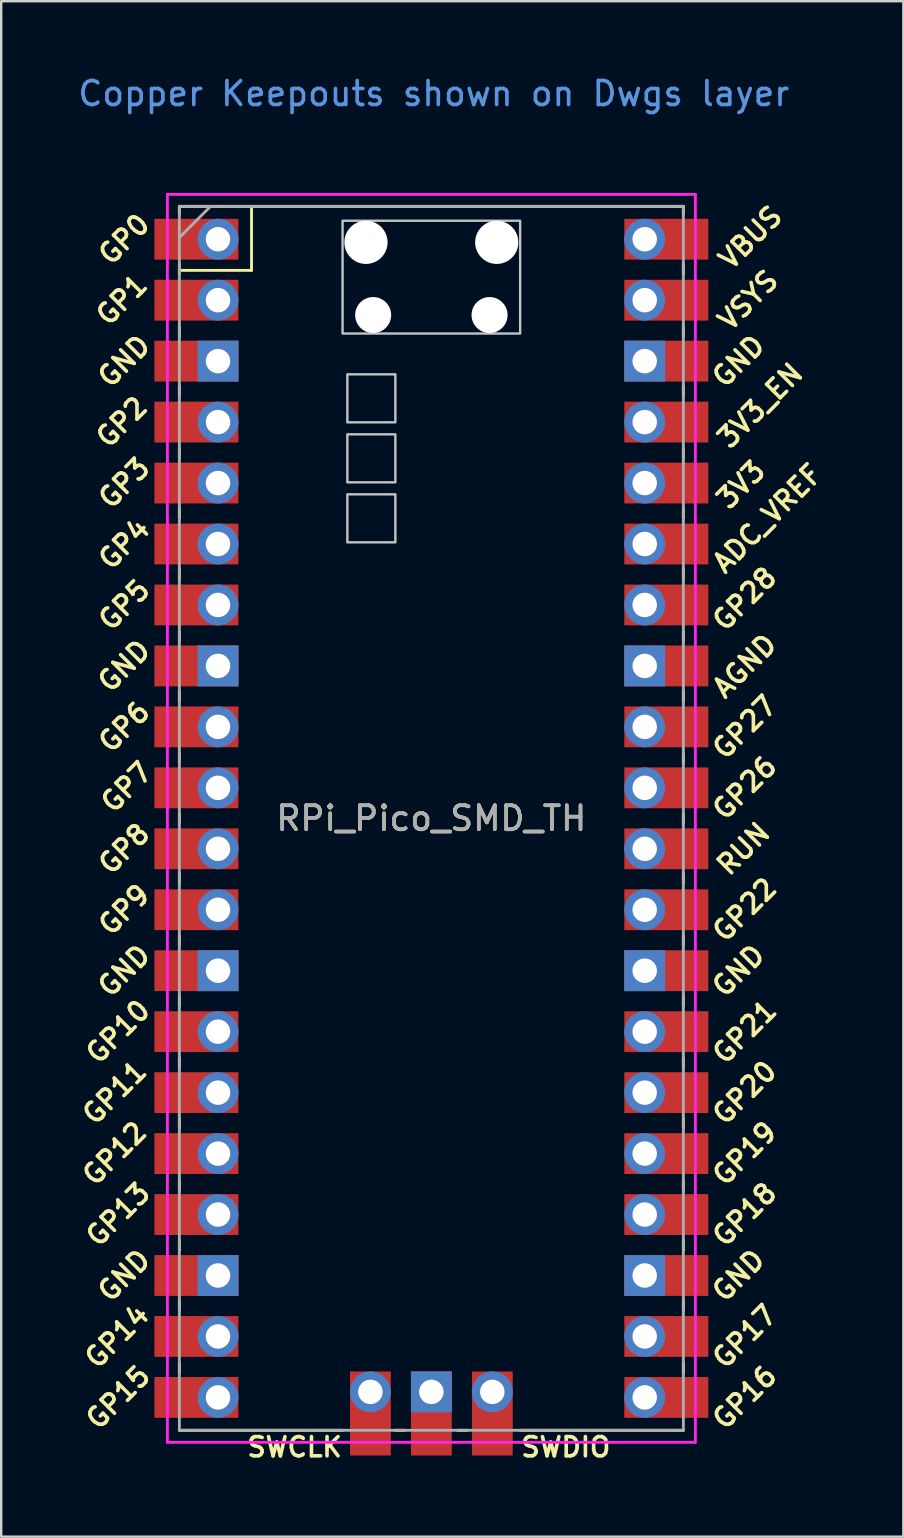
<source format=kicad_pcb>
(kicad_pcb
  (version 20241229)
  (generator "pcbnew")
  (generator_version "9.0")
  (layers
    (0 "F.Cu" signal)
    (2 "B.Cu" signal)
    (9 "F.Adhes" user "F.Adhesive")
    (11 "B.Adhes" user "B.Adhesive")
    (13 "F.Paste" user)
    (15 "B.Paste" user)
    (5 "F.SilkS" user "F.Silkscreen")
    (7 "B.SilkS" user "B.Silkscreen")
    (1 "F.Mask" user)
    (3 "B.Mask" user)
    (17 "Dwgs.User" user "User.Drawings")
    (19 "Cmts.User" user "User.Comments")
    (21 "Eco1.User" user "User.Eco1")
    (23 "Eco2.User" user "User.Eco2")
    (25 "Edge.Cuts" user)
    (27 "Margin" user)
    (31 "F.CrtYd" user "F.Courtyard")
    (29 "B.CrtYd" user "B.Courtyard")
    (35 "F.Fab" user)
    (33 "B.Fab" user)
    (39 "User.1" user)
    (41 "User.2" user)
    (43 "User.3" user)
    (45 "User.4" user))
  (footprint "RPi_Pico_SMD_TH"
    (layer "F.Cu")
    (at 14.924 31.048)
    (property "Reference" "RPi_Pico_SMD_TH" (at 0 0 0) (layer "F.SilkS") (effects (font (size 1 1) (thickness 0.15))))
    (attr through_hole)
    (fp_line (start -10.5 -25.5) (end -10.5 -25.2) (stroke (width 0.12) (type solid)) (layer "F.SilkS"))
    (fp_line (start -10.5 -25.5) (end 10.5 -25.5) (stroke (width 0.12) (type solid)) (layer "F.SilkS"))
    (fp_line (start -10.5 -23.1) (end -10.5 -22.7) (stroke (width 0.12) (type solid)) (layer "F.SilkS"))
    (fp_line (start -10.5 -22.833) (end -7.493 -22.833) (stroke (width 0.12) (type solid)) (layer "F.SilkS"))
    (fp_line (start -10.5 -20.5) (end -10.5 -20.1) (stroke (width 0.12) (type solid)) (layer "F.SilkS"))
    (fp_line (start -10.5 -18) (end -10.5 -17.6) (stroke (width 0.12) (type solid)) (layer "F.SilkS"))
    (fp_line (start -10.5 -15.4) (end -10.5 -15) (stroke (width 0.12) (type solid)) (layer "F.SilkS"))
    (fp_line (start -10.5 -12.9) (end -10.5 -12.5) (stroke (width 0.12) (type solid)) (layer "F.SilkS"))
    (fp_line (start -10.5 -10.4) (end -10.5 -10) (stroke (width 0.12) (type solid)) (layer "F.SilkS"))
    (fp_line (start -10.5 -7.8) (end -10.5 -7.4) (stroke (width 0.12) (type solid)) (layer "F.SilkS"))
    (fp_line (start -10.5 -5.3) (end -10.5 -4.9) (stroke (width 0.12) (type solid)) (layer "F.SilkS"))
    (fp_line (start -10.5 -2.7) (end -10.5 -2.3) (stroke (width 0.12) (type solid)) (layer "F.SilkS"))
    (fp_line (start -10.5 -0.2) (end -10.5 0.2) (stroke (width 0.12) (type solid)) (layer "F.SilkS"))
    (fp_line (start -10.5 2.3) (end -10.5 2.7) (stroke (width 0.12) (type solid)) (layer "F.SilkS"))
    (fp_line (start -10.5 4.9) (end -10.5 5.3) (stroke (width 0.12) (type solid)) (layer "F.SilkS"))
    (fp_line (start -10.5 7.4) (end -10.5 7.8) (stroke (width 0.12) (type solid)) (layer "F.SilkS"))
    (fp_line (start -10.5 10) (end -10.5 10.4) (stroke (width 0.12) (type solid)) (layer "F.SilkS"))
    (fp_line (start -10.5 12.5) (end -10.5 12.9) (stroke (width 0.12) (type solid)) (layer "F.SilkS"))
    (fp_line (start -10.5 15.1) (end -10.5 15.5) (stroke (width 0.12) (type solid)) (layer "F.SilkS"))
    (fp_line (start -10.5 17.6) (end -10.5 18) (stroke (width 0.12) (type solid)) (layer "F.SilkS"))
    (fp_line (start -10.5 20.1) (end -10.5 20.5) (stroke (width 0.12) (type solid)) (layer "F.SilkS"))
    (fp_line (start -10.5 22.7) (end -10.5 23.1) (stroke (width 0.12) (type solid)) (layer "F.SilkS"))
    (fp_line (start -7.493 -22.833) (end -7.493 -25.5) (stroke (width 0.12) (type solid)) (layer "F.SilkS"))
    (fp_line (start -3.7 25.5) (end -10.5 25.5) (stroke (width 0.12) (type solid)) (layer "F.SilkS"))
    (fp_line (start -1.5 25.5) (end -1.1 25.5) (stroke (width 0.12) (type solid)) (layer "F.SilkS"))
    (fp_line (start 1.1 25.5) (end 1.5 25.5) (stroke (width 0.12) (type solid)) (layer "F.SilkS"))
    (fp_line (start 10.5 -25.5) (end 10.5 -25.2) (stroke (width 0.12) (type solid)) (layer "F.SilkS"))
    (fp_line (start 10.5 -23.1) (end 10.5 -22.7) (stroke (width 0.12) (type solid)) (layer "F.SilkS"))
    (fp_line (start 10.5 -20.5) (end 10.5 -20.1) (stroke (width 0.12) (type solid)) (layer "F.SilkS"))
    (fp_line (start 10.5 -18) (end 10.5 -17.6) (stroke (width 0.12) (type solid)) (layer "F.SilkS"))
    (fp_line (start 10.5 -15.4) (end 10.5 -15) (stroke (width 0.12) (type solid)) (layer "F.SilkS"))
    (fp_line (start 10.5 -12.9) (end 10.5 -12.5) (stroke (width 0.12) (type solid)) (layer "F.SilkS"))
    (fp_line (start 10.5 -10.4) (end 10.5 -10) (stroke (width 0.12) (type solid)) (layer "F.SilkS"))
    (fp_line (start 10.5 -7.8) (end 10.5 -7.4) (stroke (width 0.12) (type solid)) (layer "F.SilkS"))
    (fp_line (start 10.5 -5.3) (end 10.5 -4.9) (stroke (width 0.12) (type solid)) (layer "F.SilkS"))
    (fp_line (start 10.5 -2.7) (end 10.5 -2.3) (stroke (width 0.12) (type solid)) (layer "F.SilkS"))
    (fp_line (start 10.5 -0.2) (end 10.5 0.2) (stroke (width 0.12) (type solid)) (layer "F.SilkS"))
    (fp_line (start 10.5 2.3) (end 10.5 2.7) (stroke (width 0.12) (type solid)) (layer "F.SilkS"))
    (fp_line (start 10.5 4.9) (end 10.5 5.3) (stroke (width 0.12) (type solid)) (layer "F.SilkS"))
    (fp_line (start 10.5 7.4) (end 10.5 7.8) (stroke (width 0.12) (type solid)) (layer "F.SilkS"))
    (fp_line (start 10.5 10) (end 10.5 10.4) (stroke (width 0.12) (type solid)) (layer "F.SilkS"))
    (fp_line (start 10.5 12.5) (end 10.5 12.9) (stroke (width 0.12) (type solid)) (layer "F.SilkS"))
    (fp_line (start 10.5 15.1) (end 10.5 15.5) (stroke (width 0.12) (type solid)) (layer "F.SilkS"))
    (fp_line (start 10.5 17.6) (end 10.5 18) (stroke (width 0.12) (type solid)) (layer "F.SilkS"))
    (fp_line (start 10.5 20.1) (end 10.5 20.5) (stroke (width 0.12) (type solid)) (layer "F.SilkS"))
    (fp_line (start 10.5 22.7) (end 10.5 23.1) (stroke (width 0.12) (type solid)) (layer "F.SilkS"))
    (fp_line (start 10.5 25.5) (end 3.7 25.5) (stroke (width 0.12) (type solid)) (layer "F.SilkS"))
    (fp_poly (pts (xy -1.5 -16.5) (xy -3.5 -16.5) (xy -3.5 -18.5) (xy -1.5 -18.5)) (stroke (width 0.1) (type solid)) (fill no) (layer "Dwgs.User"))
    (fp_poly (pts (xy -1.5 -14) (xy -3.5 -14) (xy -3.5 -16) (xy -1.5 -16)) (stroke (width 0.1) (type solid)) (fill no) (layer "Dwgs.User"))
    (fp_poly (pts (xy -1.5 -11.5) (xy -3.5 -11.5) (xy -3.5 -13.5) (xy -1.5 -13.5)) (stroke (width 0.1) (type solid)) (fill no) (layer "Dwgs.User"))
    (fp_poly (pts (xy 3.7 -20.2) (xy -3.7 -20.2) (xy -3.7 -24.9) (xy 3.7 -24.9)) (stroke (width 0.1) (type solid)) (fill no) (layer "Dwgs.User"))
    (fp_line (start -11 -26) (end 11 -26) (stroke (width 0.12) (type solid)) (layer "F.CrtYd"))
    (fp_line (start -11 26) (end -11 -26) (stroke (width 0.12) (type solid)) (layer "F.CrtYd"))
    (fp_line (start 11 -26) (end 11 26) (stroke (width 0.12) (type solid)) (layer "F.CrtYd"))
    (fp_line (start 11 26) (end -11 26) (stroke (width 0.12) (type solid)) (layer "F.CrtYd"))
    (fp_line (start -10.5 -25.5) (end 10.5 -25.5) (stroke (width 0.12) (type solid)) (layer "F.Fab"))
    (fp_line (start -10.5 -24.2) (end -9.2 -25.5) (stroke (width 0.12) (type solid)) (layer "F.Fab"))
    (fp_line (start -10.5 25.5) (end -10.5 -25.5) (stroke (width 0.12) (type solid)) (layer "F.Fab"))
    (fp_line (start 10.5 -25.5) (end 10.5 25.5) (stroke (width 0.12) (type solid)) (layer "F.Fab"))
    (fp_line (start 10.5 25.5) (end -10.5 25.5) (stroke (width 0.12) (type solid)) (layer "F.Fab"))
    (fp_text user "GP21" (at 13.054 8.9 45) (layer "F.SilkS") (effects (font (size 0.8 0.8) (thickness 0.15))))
    (fp_text user "GND" (at -12.8 -6.35 45) (layer "F.SilkS") (effects (font (size 0.8 0.8) (thickness 0.15))))
    (fp_text user "GP26" (at 13.054 -1.27 45) (layer "F.SilkS") (effects (font (size 0.8 0.8) (thickness 0.15))))
    (fp_text user "GP9" (at -12.8 3.81 45) (layer "F.SilkS") (effects (font (size 0.8 0.8) (thickness 0.15))))
    (fp_text user "GP28" (at 13.054 -9.144 45) (layer "F.SilkS") (effects (font (size 0.8 0.8) (thickness 0.15))))
    (fp_text user "GP20" (at 13.054 11.43 45) (layer "F.SilkS") (effects (font (size 0.8 0.8) (thickness 0.15))))
    (fp_text user "SWCLK" (at -5.7 26.2 0) (layer "F.SilkS") (effects (font (size 0.8 0.8) (thickness 0.15))))
    (fp_text user "ADC_VREF" (at 14 -12.5 45) (layer "F.SilkS") (effects (font (size 0.8 0.8) (thickness 0.15))))
    (fp_text user "GP3" (at -12.8 -13.97 45) (layer "F.SilkS") (effects (font (size 0.8 0.8) (thickness 0.15))))
    (fp_text user "GP4" (at -12.8 -11.43 45) (layer "F.SilkS") (effects (font (size 0.8 0.8) (thickness 0.15))))
    (fp_text user "GP6" (at -12.8 -3.81 45) (layer "F.SilkS") (effects (font (size 0.8 0.8) (thickness 0.15))))
    (fp_text user "GP0" (at -12.8 -24.13 45) (layer "F.SilkS") (effects (font (size 0.8 0.8) (thickness 0.15))))
    (fp_text user "SWDIO" (at 5.6 26.2 0) (layer "F.SilkS") (effects (font (size 0.8 0.8) (thickness 0.15))))
    (fp_text user "GP19" (at 13.054 13.97 45) (layer "F.SilkS") (effects (font (size 0.8 0.8) (thickness 0.15))))
    (fp_text user "GP2" (at -12.9 -16.51 45) (layer "F.SilkS") (effects (font (size 0.8 0.8) (thickness 0.15))))
    (fp_text user "GP7" (at -12.7 -1.3 45) (layer "F.SilkS") (effects (font (size 0.8 0.8) (thickness 0.15))))
    (fp_text user "GP18" (at 13.054 16.51 45) (layer "F.SilkS") (effects (font (size 0.8 0.8) (thickness 0.15))))
    (fp_text user "GND" (at -12.8 6.35 45) (layer "F.SilkS") (effects (font (size 0.8 0.8) (thickness 0.15))))
    (fp_text user "GND" (at -12.8 -19.05 45) (layer "F.SilkS") (effects (font (size 0.8 0.8) (thickness 0.15))))
    (fp_text user "GND" (at 12.8 6.35 45) (layer "F.SilkS") (effects (font (size 0.8 0.8) (thickness 0.15))))
    (fp_text user "GP10" (at -13.054 8.89 45) (layer "F.SilkS") (effects (font (size 0.8 0.8) (thickness 0.15))))
    (fp_text user "3V3_EN" (at 13.7 -17.2 45) (layer "F.SilkS") (effects (font (size 0.8 0.8) (thickness 0.15))))
    (fp_text user "GP13" (at -13.054 16.51 45) (layer "F.SilkS") (effects (font (size 0.8 0.8) (thickness 0.15))))
    (fp_text user "GP22" (at 13.054 3.81 45) (layer "F.SilkS") (effects (font (size 0.8 0.8) (thickness 0.15))))
    (fp_text user "AGND" (at 13.054 -6.35 45) (layer "F.SilkS") (effects (font (size 0.8 0.8) (thickness 0.15))))
    (fp_text user "GP1" (at -12.9 -21.6 45) (layer "F.SilkS") (effects (font (size 0.8 0.8) (thickness 0.15))))
    (fp_text user "VBUS" (at 13.3 -24.2 45) (layer "F.SilkS") (effects (font (size 0.8 0.8) (thickness 0.15))))
    (fp_text user "VSYS" (at 13.2 -21.59 45) (layer "F.SilkS") (effects (font (size 0.8 0.8) (thickness 0.15))))
    (fp_text user "GP17" (at 13.054 21.59 45) (layer "F.SilkS") (effects (font (size 0.8 0.8) (thickness 0.15))))
    (fp_text user "GP8" (at -12.8 1.27 45) (layer "F.SilkS") (effects (font (size 0.8 0.8) (thickness 0.15))))
    (fp_text user "GP15" (at -13.054 24.13 45) (layer "F.SilkS") (effects (font (size 0.8 0.8) (thickness 0.15))))
    (fp_text user "GP16" (at 13.054 24.13 45) (layer "F.SilkS") (effects (font (size 0.8 0.8) (thickness 0.15))))
    (fp_text user "GP12" (at -13.2 13.97 45) (layer "F.SilkS") (effects (font (size 0.8 0.8) (thickness 0.15))))
    (fp_text user "GP5" (at -12.8 -8.89 45) (layer "F.SilkS") (effects (font (size 0.8 0.8) (thickness 0.15))))
    (fp_text user "3V3" (at 12.9 -13.9 45) (layer "F.SilkS") (effects (font (size 0.8 0.8) (thickness 0.15))))
    (fp_text user "GND" (at 12.8 -19.05 45) (layer "F.SilkS") (effects (font (size 0.8 0.8) (thickness 0.15))))
    (fp_text user "GND" (at 12.8 19.05 45) (layer "F.SilkS") (effects (font (size 0.8 0.8) (thickness 0.15))))
    (fp_text user "GP14" (at -13.1 21.59 45) (layer "F.SilkS") (effects (font (size 0.8 0.8) (thickness 0.15))))
    (fp_text user "GP11" (at -13.2 11.43 45) (layer "F.SilkS") (effects (font (size 0.8 0.8) (thickness 0.15))))
    (fp_text user "RUN" (at 13 1.27 45) (layer "F.SilkS") (effects (font (size 0.8 0.8) (thickness 0.15))))
    (fp_text user "GP27" (at 13.054 -3.8 45) (layer "F.SilkS") (effects (font (size 0.8 0.8) (thickness 0.15))))
    (fp_text user "GND" (at -12.8 19.05 45) (layer "F.SilkS") (effects (font (size 0.8 0.8) (thickness 0.15))))
    (fp_text user "Copper Keepouts shown on Dwgs layer" (at 0.1 -30.2 0) (layer "Cmts.User") (effects (font (size 1 1) (thickness 0.15))))
    (fp_text user "${REFERENCE}" (at 0 0 180) (layer "F.Fab") (effects (font (size 1 1) (thickness 0.15))))
    (pad "" np_thru_hole oval (at -2.725 -24) (size 1.8 1.8) (drill 1.8) (layers "*.Cu" "*.Mask"))
    (pad "" np_thru_hole oval (at -2.425 -20.97) (size 1.5 1.5) (drill 1.5) (layers "*.Cu" "*.Mask"))
    (pad "" np_thru_hole oval (at 2.425 -20.97) (size 1.5 1.5) (drill 1.5) (layers "*.Cu" "*.Mask"))
    (pad "" np_thru_hole oval (at 2.725 -24) (size 1.8 1.8) (drill 1.8) (layers "*.Cu" "*.Mask"))
    (pad "1" thru_hole oval (at -8.89 -24.13) (size 1.7 1.7) (drill 1.02) (layers "*.Cu" "*.Mask"))
    (pad "1" smd rect (at -8.89 -24.13) (size 3.5 1.7) (drill (offset -0.9 0)) (layers "F.Cu" "F.Mask"))
    (pad "2" thru_hole oval (at -8.89 -21.59) (size 1.7 1.7) (drill 1.02) (layers "*.Cu" "*.Mask"))
    (pad "2" smd rect (at -8.89 -21.59) (size 3.5 1.7) (drill (offset -0.9 0)) (layers "F.Cu" "F.Mask"))
    (pad "3" thru_hole rect (at -8.89 -19.05) (size 1.7 1.7) (drill 1.02) (layers "*.Cu" "*.Mask"))
    (pad "3" smd rect (at -8.89 -19.05) (size 3.5 1.7) (drill (offset -0.9 0)) (layers "F.Cu" "F.Mask"))
    (pad "4" thru_hole oval (at -8.89 -16.51) (size 1.7 1.7) (drill 1.02) (layers "*.Cu" "*.Mask"))
    (pad "4" smd rect (at -8.89 -16.51) (size 3.5 1.7) (drill (offset -0.9 0)) (layers "F.Cu" "F.Mask"))
    (pad "5" thru_hole oval (at -8.89 -13.97) (size 1.7 1.7) (drill 1.02) (layers "*.Cu" "*.Mask"))
    (pad "5" smd rect (at -8.89 -13.97) (size 3.5 1.7) (drill (offset -0.9 0)) (layers "F.Cu" "F.Mask"))
    (pad "6" thru_hole oval (at -8.89 -11.43) (size 1.7 1.7) (drill 1.02) (layers "*.Cu" "*.Mask"))
    (pad "6" smd rect (at -8.89 -11.43) (size 3.5 1.7) (drill (offset -0.9 0)) (layers "F.Cu" "F.Mask"))
    (pad "7" thru_hole oval (at -8.89 -8.89) (size 1.7 1.7) (drill 1.02) (layers "*.Cu" "*.Mask"))
    (pad "7" smd rect (at -8.89 -8.89) (size 3.5 1.7) (drill (offset -0.9 0)) (layers "F.Cu" "F.Mask"))
    (pad "8" thru_hole rect (at -8.89 -6.35) (size 1.7 1.7) (drill 1.02) (layers "*.Cu" "*.Mask"))
    (pad "8" smd rect (at -8.89 -6.35) (size 3.5 1.7) (drill (offset -0.9 0)) (layers "F.Cu" "F.Mask"))
    (pad "9" thru_hole oval (at -8.89 -3.81) (size 1.7 1.7) (drill 1.02) (layers "*.Cu" "*.Mask"))
    (pad "9" smd rect (at -8.89 -3.81) (size 3.5 1.7) (drill (offset -0.9 0)) (layers "F.Cu" "F.Mask"))
    (pad "10" thru_hole oval (at -8.89 -1.27) (size 1.7 1.7) (drill 1.02) (layers "*.Cu" "*.Mask"))
    (pad "10" smd rect (at -8.89 -1.27) (size 3.5 1.7) (drill (offset -0.9 0)) (layers "F.Cu" "F.Mask"))
    (pad "11" thru_hole oval (at -8.89 1.27) (size 1.7 1.7) (drill 1.02) (layers "*.Cu" "*.Mask"))
    (pad "11" smd rect (at -8.89 1.27) (size 3.5 1.7) (drill (offset -0.9 0)) (layers "F.Cu" "F.Mask"))
    (pad "12" thru_hole oval (at -8.89 3.81) (size 1.7 1.7) (drill 1.02) (layers "*.Cu" "*.Mask"))
    (pad "12" smd rect (at -8.89 3.81) (size 3.5 1.7) (drill (offset -0.9 0)) (layers "F.Cu" "F.Mask"))
    (pad "13" thru_hole rect (at -8.89 6.35) (size 1.7 1.7) (drill 1.02) (layers "*.Cu" "*.Mask"))
    (pad "13" smd rect (at -8.89 6.35) (size 3.5 1.7) (drill (offset -0.9 0)) (layers "F.Cu" "F.Mask"))
    (pad "14" thru_hole oval (at -8.89 8.89) (size 1.7 1.7) (drill 1.02) (layers "*.Cu" "*.Mask"))
    (pad "14" smd rect (at -8.89 8.89) (size 3.5 1.7) (drill (offset -0.9 0)) (layers "F.Cu" "F.Mask"))
    (pad "15" thru_hole oval (at -8.89 11.43) (size 1.7 1.7) (drill 1.02) (layers "*.Cu" "*.Mask"))
    (pad "15" smd rect (at -8.89 11.43) (size 3.5 1.7) (drill (offset -0.9 0)) (layers "F.Cu" "F.Mask"))
    (pad "16" thru_hole oval (at -8.89 13.97) (size 1.7 1.7) (drill 1.02) (layers "*.Cu" "*.Mask"))
    (pad "16" smd rect (at -8.89 13.97) (size 3.5 1.7) (drill (offset -0.9 0)) (layers "F.Cu" "F.Mask"))
    (pad "17" thru_hole oval (at -8.89 16.51) (size 1.7 1.7) (drill 1.02) (layers "*.Cu" "*.Mask"))
    (pad "17" smd rect (at -8.89 16.51) (size 3.5 1.7) (drill (offset -0.9 0)) (layers "F.Cu" "F.Mask"))
    (pad "18" thru_hole rect (at -8.89 19.05) (size 1.7 1.7) (drill 1.02) (layers "*.Cu" "*.Mask"))
    (pad "18" smd rect (at -8.89 19.05) (size 3.5 1.7) (drill (offset -0.9 0)) (layers "F.Cu" "F.Mask"))
    (pad "19" thru_hole oval (at -8.89 21.59) (size 1.7 1.7) (drill 1.02) (layers "*.Cu" "*.Mask"))
    (pad "19" smd rect (at -8.89 21.59) (size 3.5 1.7) (drill (offset -0.9 0)) (layers "F.Cu" "F.Mask"))
    (pad "20" thru_hole oval (at -8.89 24.13) (size 1.7 1.7) (drill 1.02) (layers "*.Cu" "*.Mask"))
    (pad "20" smd rect (at -8.89 24.13) (size 3.5 1.7) (drill (offset -0.9 0)) (layers "F.Cu" "F.Mask"))
    (pad "21" thru_hole oval (at 8.89 24.13) (size 1.7 1.7) (drill 1.02) (layers "*.Cu" "*.Mask"))
    (pad "21" smd rect (at 8.89 24.13) (size 3.5 1.7) (drill (offset 0.9 0)) (layers "F.Cu" "F.Mask"))
    (pad "22" thru_hole oval (at 8.89 21.59) (size 1.7 1.7) (drill 1.02) (layers "*.Cu" "*.Mask"))
    (pad "22" smd rect (at 8.89 21.59) (size 3.5 1.7) (drill (offset 0.9 0)) (layers "F.Cu" "F.Mask"))
    (pad "23" thru_hole rect (at 8.89 19.05) (size 1.7 1.7) (drill 1.02) (layers "*.Cu" "*.Mask"))
    (pad "23" smd rect (at 8.89 19.05) (size 3.5 1.7) (drill (offset 0.9 0)) (layers "F.Cu" "F.Mask"))
    (pad "24" thru_hole oval (at 8.89 16.51) (size 1.7 1.7) (drill 1.02) (layers "*.Cu" "*.Mask"))
    (pad "24" smd rect (at 8.89 16.51) (size 3.5 1.7) (drill (offset 0.9 0)) (layers "F.Cu" "F.Mask"))
    (pad "25" thru_hole oval (at 8.89 13.97) (size 1.7 1.7) (drill 1.02) (layers "*.Cu" "*.Mask"))
    (pad "25" smd rect (at 8.89 13.97) (size 3.5 1.7) (drill (offset 0.9 0)) (layers "F.Cu" "F.Mask"))
    (pad "26" thru_hole oval (at 8.89 11.43) (size 1.7 1.7) (drill 1.02) (layers "*.Cu" "*.Mask"))
    (pad "26" smd rect (at 8.89 11.43) (size 3.5 1.7) (drill (offset 0.9 0)) (layers "F.Cu" "F.Mask"))
    (pad "27" thru_hole oval (at 8.89 8.89) (size 1.7 1.7) (drill 1.02) (layers "*.Cu" "*.Mask"))
    (pad "27" smd rect (at 8.89 8.89) (size 3.5 1.7) (drill (offset 0.9 0)) (layers "F.Cu" "F.Mask"))
    (pad "28" thru_hole rect (at 8.89 6.35) (size 1.7 1.7) (drill 1.02) (layers "*.Cu" "*.Mask"))
    (pad "28" smd rect (at 8.89 6.35) (size 3.5 1.7) (drill (offset 0.9 0)) (layers "F.Cu" "F.Mask"))
    (pad "29" thru_hole oval (at 8.89 3.81) (size 1.7 1.7) (drill 1.02) (layers "*.Cu" "*.Mask"))
    (pad "29" smd rect (at 8.89 3.81) (size 3.5 1.7) (drill (offset 0.9 0)) (layers "F.Cu" "F.Mask"))
    (pad "30" thru_hole oval (at 8.89 1.27) (size 1.7 1.7) (drill 1.02) (layers "*.Cu" "*.Mask"))
    (pad "30" smd rect (at 8.89 1.27) (size 3.5 1.7) (drill (offset 0.9 0)) (layers "F.Cu" "F.Mask"))
    (pad "31" thru_hole oval (at 8.89 -1.27) (size 1.7 1.7) (drill 1.02) (layers "*.Cu" "*.Mask"))
    (pad "31" smd rect (at 8.89 -1.27) (size 3.5 1.7) (drill (offset 0.9 0)) (layers "F.Cu" "F.Mask"))
    (pad "32" thru_hole oval (at 8.89 -3.81) (size 1.7 1.7) (drill 1.02) (layers "*.Cu" "*.Mask"))
    (pad "32" smd rect (at 8.89 -3.81) (size 3.5 1.7) (drill (offset 0.9 0)) (layers "F.Cu" "F.Mask"))
    (pad "33" thru_hole rect (at 8.89 -6.35) (size 1.7 1.7) (drill 1.02) (layers "*.Cu" "*.Mask"))
    (pad "33" smd rect (at 8.89 -6.35) (size 3.5 1.7) (drill (offset 0.9 0)) (layers "F.Cu" "F.Mask"))
    (pad "34" thru_hole oval (at 8.89 -8.89) (size 1.7 1.7) (drill 1.02) (layers "*.Cu" "*.Mask"))
    (pad "34" smd rect (at 8.89 -8.89) (size 3.5 1.7) (drill (offset 0.9 0)) (layers "F.Cu" "F.Mask"))
    (pad "35" thru_hole oval (at 8.89 -11.43) (size 1.7 1.7) (drill 1.02) (layers "*.Cu" "*.Mask"))
    (pad "35" smd rect (at 8.89 -11.43) (size 3.5 1.7) (drill (offset 0.9 0)) (layers "F.Cu" "F.Mask"))
    (pad "36" thru_hole oval (at 8.89 -13.97) (size 1.7 1.7) (drill 1.02) (layers "*.Cu" "*.Mask"))
    (pad "36" smd rect (at 8.89 -13.97) (size 3.5 1.7) (drill (offset 0.9 0)) (layers "F.Cu" "F.Mask"))
    (pad "37" thru_hole oval (at 8.89 -16.51) (size 1.7 1.7) (drill 1.02) (layers "*.Cu" "*.Mask"))
    (pad "37" smd rect (at 8.89 -16.51) (size 3.5 1.7) (drill (offset 0.9 0)) (layers "F.Cu" "F.Mask"))
    (pad "38" thru_hole rect (at 8.89 -19.05) (size 1.7 1.7) (drill 1.02) (layers "*.Cu" "*.Mask"))
    (pad "38" smd rect (at 8.89 -19.05) (size 3.5 1.7) (drill (offset 0.9 0)) (layers "F.Cu" "F.Mask"))
    (pad "39" thru_hole oval (at 8.89 -21.59) (size 1.7 1.7) (drill 1.02) (layers "*.Cu" "*.Mask"))
    (pad "39" smd rect (at 8.89 -21.59) (size 3.5 1.7) (drill (offset 0.9 0)) (layers "F.Cu" "F.Mask"))
    (pad "40" thru_hole oval (at 8.89 -24.13) (size 1.7 1.7) (drill 1.02) (layers "*.Cu" "*.Mask"))
    (pad "40" smd rect (at 8.89 -24.13) (size 3.5 1.7) (drill (offset 0.9 0)) (layers "F.Cu" "F.Mask"))
    (pad "41" thru_hole oval (at -2.54 23.9) (size 1.7 1.7) (drill 1.02) (layers "*.Cu" "*.Mask"))
    (pad "41" smd rect (at -2.54 23.9 90) (size 3.5 1.7) (drill (offset -0.9 0)) (layers "F.Cu" "F.Mask"))
    (pad "42" thru_hole rect (at 0 23.9) (size 1.7 1.7) (drill 1.02) (layers "*.Cu" "*.Mask"))
    (pad "42" smd rect (at 0 23.9 90) (size 3.5 1.7) (drill (offset -0.9 0)) (layers "F.Cu" "F.Mask"))
    (pad "43" thru_hole oval (at 2.54 23.9) (size 1.7 1.7) (drill 1.02) (layers "*.Cu" "*.Mask"))
    (pad "43" smd rect (at 2.54 23.9 90) (size 3.5 1.7) (drill (offset -0.9 0)) (layers "F.Cu" "F.Mask")))
  (gr_rect
    (start -3 -3)
    (end 34.591 60.98)
    (stroke (width 0.1) (type default))
    (fill no)
    (layer "Edge.Cuts")))
</source>
